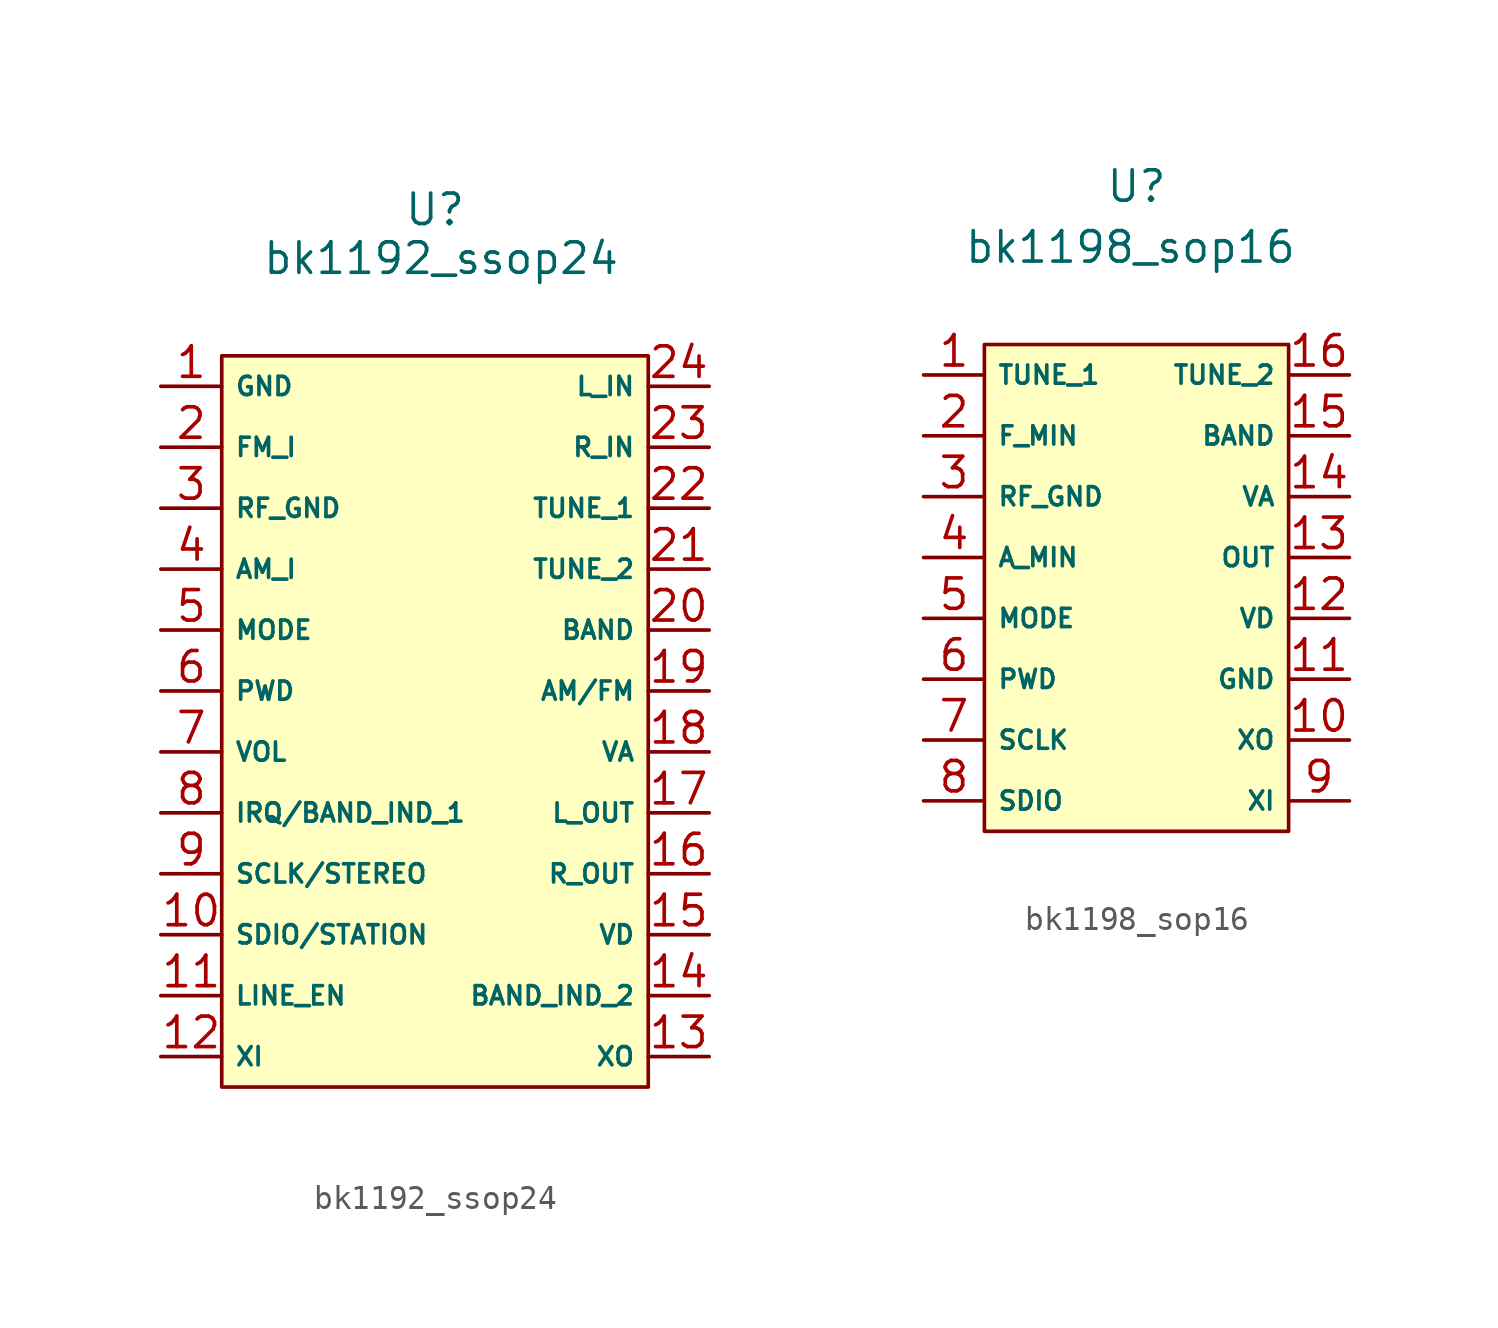
<source format=kicad_sym>
(kicad_symbol_lib
  (version 20231120)
  (generator "kicad_symbol_editor")
  (generator_version "8.0")
  (symbol "bk1192_ssop24"
    (property "Reference" "U"
      (at 0 17.526 0)
      (effects (font (size 1.27 1.27))))
    (property "Value" "bk1192_ssop24"
      (at 0.254 15.494 0)
      (effects (font (size 1.27 1.27))))
    (symbol "bk1192_ssop24_1_1"
      (rectangle (start -8.89 11.43) (end 8.89 -19.05) (stroke (width 0) (type default)) (fill (type background)))
      (pin power_in line (at -11.43 10.16 0) (length 2.54) (name "GND" (effects (font (size 0.762 0.762)))) (number "1" (effects (font (size 1.27 1.27)))))
      (pin input line (at -11.43 -12.7 0) (length 2.54) (name "SDIO/STATION" (effects (font (size 0.762 0.762)))) (number "10" (effects (font (size 1.27 1.27)))))
      (pin input line (at -11.43 -15.24 0) (length 2.54) (name "LINE_EN" (effects (font (size 0.762 0.762)))) (number "11" (effects (font (size 1.27 1.27)))))
      (pin input line (at -11.43 -17.78 0) (length 2.54) (name "XI" (effects (font (size 0.762 0.762)))) (number "12" (effects (font (size 1.27 1.27)))))
      (pin output line (at 11.43 -17.78 180) (length 2.54) (name "XO" (effects (font (size 0.762 0.762)))) (number "13" (effects (font (size 1.27 1.27)))))
      (pin input line (at 11.43 -15.24 180) (length 2.54) (name "BAND_IND_2" (effects (font (size 0.762 0.762)))) (number "14" (effects (font (size 1.27 1.27)))))
      (pin power_in line (at 11.43 -12.7 180) (length 2.54) (name "VD" (effects (font (size 0.762 0.762)))) (number "15" (effects (font (size 1.27 1.27)))))
      (pin input line (at 11.43 -10.16 180) (length 2.54) (name "R_OUT" (effects (font (size 0.762 0.762)))) (number "16" (effects (font (size 1.27 1.27)))))
      (pin input line (at 11.43 -7.62 180) (length 2.54) (name "L_OUT" (effects (font (size 0.762 0.762)))) (number "17" (effects (font (size 1.27 1.27)))))
      (pin power_in line (at 11.43 -5.08 180) (length 2.54) (name "VA" (effects (font (size 0.762 0.762)))) (number "18" (effects (font (size 1.27 1.27)))))
      (pin input line (at 11.43 -2.54 180) (length 2.54) (name "AM/FM" (effects (font (size 0.762 0.762)))) (number "19" (effects (font (size 1.27 1.27)))))
      (pin input line (at -11.43 7.62 0) (length 2.54) (name "FM_I" (effects (font (size 0.762 0.762)))) (number "2" (effects (font (size 1.27 1.27)))))
      (pin input line (at 11.43 0 180) (length 2.54) (name "BAND" (effects (font (size 0.762 0.762)))) (number "20" (effects (font (size 1.27 1.27)))))
      (pin input line (at 11.43 2.54 180) (length 2.54) (name "TUNE_2" (effects (font (size 0.762 0.762)))) (number "21" (effects (font (size 1.27 1.27)))))
      (pin input line (at 11.43 5.08 180) (length 2.54) (name "TUNE_1" (effects (font (size 0.762 0.762)))) (number "22" (effects (font (size 1.27 1.27)))))
      (pin input line (at 11.43 7.62 180) (length 2.54) (name "R_IN" (effects (font (size 0.762 0.762)))) (number "23" (effects (font (size 1.27 1.27)))))
      (pin input line (at 11.43 10.16 180) (length 2.54) (name "L_IN" (effects (font (size 0.762 0.762)))) (number "24" (effects (font (size 1.27 1.27)))))
      (pin input line (at -11.43 5.08 0) (length 2.54) (name "RF_GND" (effects (font (size 0.762 0.762)))) (number "3" (effects (font (size 1.27 1.27)))))
      (pin input line (at -11.43 2.54 0) (length 2.54) (name "AM_I" (effects (font (size 0.762 0.762)))) (number "4" (effects (font (size 1.27 1.27)))))
      (pin input line (at -11.43 0 0) (length 2.54) (name "MODE" (effects (font (size 0.762 0.762)))) (number "5" (effects (font (size 1.27 1.27)))))
      (pin input line (at -11.43 -2.54 0) (length 2.54) (name "PWD" (effects (font (size 0.762 0.762)))) (number "6" (effects (font (size 1.27 1.27)))))
      (pin input line (at -11.43 -5.08 0) (length 2.54) (name "VOL" (effects (font (size 0.762 0.762)))) (number "7" (effects (font (size 1.27 1.27)))))
      (pin output line (at -11.43 -7.62 0) (length 2.54) (name "IRQ/BAND_IND_1" (effects (font (size 0.762 0.762)))) (number "8" (effects (font (size 1.27 1.27)))))
      (pin input line (at -11.43 -10.16 0) (length 2.54) (name "SCLK/STEREO" (effects (font (size 0.762 0.762)))) (number "9" (effects (font (size 1.27 1.27)))))))
  (symbol "bk1198_sop16"
    (property "Reference" "U"
      (at 0 15.494 0)
      (effects (font (size 1.27 1.27))))
    (property "Value" "bk1198_sop16"
      (at -0.254 12.954 0)
      (effects (font (size 1.27 1.27))))
    (symbol "bk1198_sop16_1_1"
      (rectangle (start -6.35 8.89) (end 6.35 -11.43) (stroke (width 0) (type default)) (fill (type background)))
      (pin input line (at -8.89 7.62 0) (length 2.54) (name "TUNE_1" (effects (font (size 0.762 0.762)))) (number "1" (effects (font (size 1.27 1.27)))))
      (pin output line (at 8.89 -7.62 180) (length 2.54) (name "XO" (effects (font (size 0.762 0.762)))) (number "10" (effects (font (size 1.27 1.27)))))
      (pin power_in line (at 8.89 -5.08 180) (length 2.54) (name "GND" (effects (font (size 0.762 0.762)))) (number "11" (effects (font (size 1.27 1.27)))))
      (pin power_out line (at 8.89 -2.54 180) (length 2.54) (name "VD" (effects (font (size 0.762 0.762)))) (number "12" (effects (font (size 1.27 1.27)))))
      (pin output line (at 8.89 0 180) (length 2.54) (name "OUT" (effects (font (size 0.762 0.762)))) (number "13" (effects (font (size 1.27 1.27)))))
      (pin power_in line (at 8.89 2.54 180) (length 2.54) (name "VA" (effects (font (size 0.762 0.762)))) (number "14" (effects (font (size 1.27 1.27)))))
      (pin input line (at 8.89 5.08 180) (length 2.54) (name "BAND" (effects (font (size 0.762 0.762)))) (number "15" (effects (font (size 1.27 1.27)))))
      (pin input line (at 8.89 7.62 180) (length 2.54) (name "TUNE_2" (effects (font (size 0.762 0.762)))) (number "16" (effects (font (size 1.27 1.27)))))
      (pin input line (at -8.89 5.08 0) (length 2.54) (name "F_MIN" (effects (font (size 0.762 0.762)))) (number "2" (effects (font (size 1.27 1.27)))))
      (pin input line (at -8.89 2.54 0) (length 2.54) (name "RF_GND" (effects (font (size 0.762 0.762)))) (number "3" (effects (font (size 1.27 1.27)))))
      (pin input line (at -8.89 0 0) (length 2.54) (name "A_MIN" (effects (font (size 0.762 0.762)))) (number "4" (effects (font (size 1.27 1.27)))))
      (pin input line (at -8.89 -2.54 0) (length 2.54) (name "MODE" (effects (font (size 0.762 0.762)))) (number "5" (effects (font (size 1.27 1.27)))))
      (pin input line (at -8.89 -5.08 0) (length 2.54) (name "PWD" (effects (font (size 0.762 0.762)))) (number "6" (effects (font (size 1.27 1.27)))))
      (pin input line (at -8.89 -7.62 0) (length 2.54) (name "SCLK" (effects (font (size 0.762 0.762)))) (number "7" (effects (font (size 1.27 1.27)))))
      (pin input line (at -8.89 -10.16 0) (length 2.54) (name "SDIO" (effects (font (size 0.762 0.762)))) (number "8" (effects (font (size 1.27 1.27)))))
      (pin input line (at 8.89 -10.16 180) (length 2.54) (name "XI" (effects (font (size 0.762 0.762)))) (number "9" (effects (font (size 1.27 1.27))))))))
</source>
